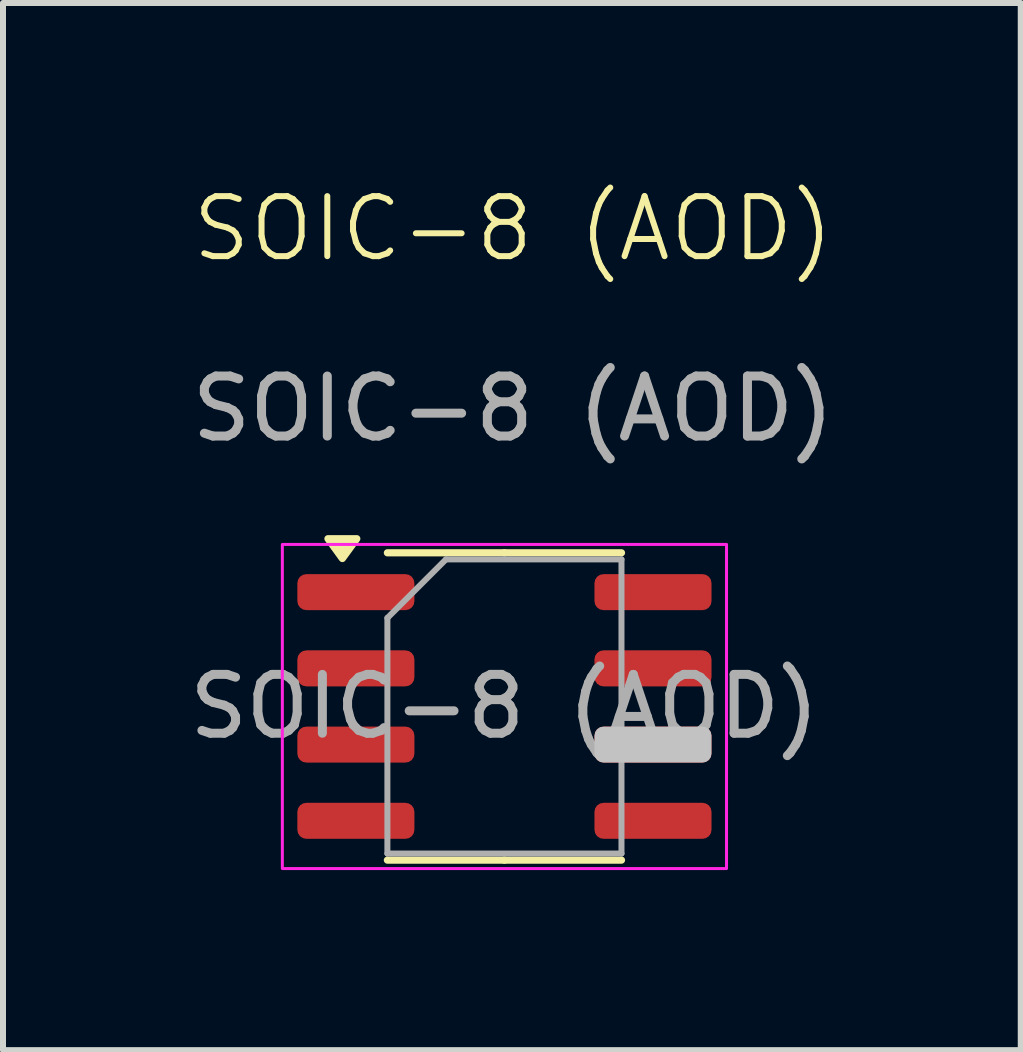
<source format=kicad_pcb>
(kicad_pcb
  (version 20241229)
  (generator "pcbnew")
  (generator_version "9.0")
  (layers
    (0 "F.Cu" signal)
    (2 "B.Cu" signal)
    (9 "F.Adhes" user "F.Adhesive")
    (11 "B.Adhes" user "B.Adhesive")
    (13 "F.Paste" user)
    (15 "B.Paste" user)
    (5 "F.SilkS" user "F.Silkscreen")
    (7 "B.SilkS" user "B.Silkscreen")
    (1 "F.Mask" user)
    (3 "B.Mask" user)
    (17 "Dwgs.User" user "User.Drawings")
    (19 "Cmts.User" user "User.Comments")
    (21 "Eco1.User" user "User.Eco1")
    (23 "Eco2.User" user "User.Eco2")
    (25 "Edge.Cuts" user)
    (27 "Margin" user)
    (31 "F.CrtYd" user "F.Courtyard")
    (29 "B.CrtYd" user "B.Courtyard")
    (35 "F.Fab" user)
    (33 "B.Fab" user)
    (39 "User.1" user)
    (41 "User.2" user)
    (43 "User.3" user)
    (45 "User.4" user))
  (footprint "SOIC-8 (AOD)"
    (layer "F.Cu")
    (at 5.498 1.26)
    (property "Reference" "SOIC-8 (AOD)" (at 0 -0.5 0) (unlocked yes) (layer "F.SilkS") (effects (font (size 1 1) (thickness 0.1))))
    (attr smd)
    (fp_line (start -0.144 4.9) (end -2.094 4.9) (stroke (width 0.12) (type solid)) (layer "F.SilkS"))
    (fp_line (start -0.144 4.9) (end 1.806 4.9) (stroke (width 0.12) (type solid)) (layer "F.SilkS"))
    (fp_line (start -0.144 10.02) (end -2.094 10.02) (stroke (width 0.12) (type solid)) (layer "F.SilkS"))
    (fp_line (start -0.144 10.02) (end 1.806 10.02) (stroke (width 0.12) (type solid)) (layer "F.SilkS"))
    (fp_poly (pts (xy -2.844 4.995) (xy -3.084 4.665) (xy -2.604 4.665)) (stroke (width 0.12) (type solid)) (fill yes) (layer "F.SilkS"))
    (fp_rect (start -3.844 4.76) (end 3.556 10.16) (stroke (width 0.05) (type solid)) (fill no) (layer "F.CrtYd"))
    (fp_line (start -2.094 5.985) (end -1.119 5.01) (stroke (width 0.1) (type solid)) (layer "F.Fab"))
    (fp_line (start -2.094 9.91) (end -2.094 5.985) (stroke (width 0.1) (type solid)) (layer "F.Fab"))
    (fp_line (start -1.119 5.01) (end 1.806 5.01) (stroke (width 0.1) (type solid)) (layer "F.Fab"))
    (fp_line (start 1.806 5.01) (end 1.806 9.91) (stroke (width 0.1) (type solid)) (layer "F.Fab"))
    (fp_line (start 1.806 9.91) (end -2.094 9.91) (stroke (width 0.1) (type solid)) (layer "F.Fab"))
    (fp_text user "${REFERENCE}" (at 0 2.5 0) (unlocked yes) (layer "F.Fab") (effects (font (size 1 1) (thickness 0.15))))
    (fp_text user "${REFERENCE}" (at -0.144 7.46 0) (layer "F.Fab") (effects (font (size 0.98 0.98) (thickness 0.15))))
    (pad "1" smd roundrect (at 2.331 5.555) (size 1.95 0.6) (layers "F.Cu" "F.Mask" "F.Paste") (roundrect_rratio 0.25))
    (pad "1" smd roundrect (at 2.331 6.825) (size 1.95 0.6) (layers "F.Cu" "F.Mask" "F.Paste") (roundrect_rratio 0.25))
    (pad "1" smd roundrect (at 2.331 8.095) (size 1.95 0.6) (layers "F.Cu" "F.Mask" "F.Paste" "Dwgs.User") (roundrect_rratio 0.25))
    (pad "1" smd roundrect (at 2.331 9.365) (size 1.95 0.6) (layers "F.Cu" "F.Mask" "F.Paste") (roundrect_rratio 0.25))
    (pad "2" smd roundrect (at -2.619 9.365) (size 1.95 0.6) (layers "F.Cu" "F.Mask" "F.Paste") (roundrect_rratio 0.25))
    (pad "3" smd roundrect (at -2.619 5.555) (size 1.95 0.6) (layers "F.Cu" "F.Mask" "F.Paste") (roundrect_rratio 0.25))
    (pad "3" smd roundrect (at -2.619 6.825) (size 1.95 0.6) (layers "F.Cu" "F.Mask" "F.Paste") (roundrect_rratio 0.25))
    (pad "3" smd roundrect (at -2.619 8.095) (size 1.95 0.6) (layers "F.Cu" "F.Mask" "F.Paste") (roundrect_rratio 0.25)))
  (gr_rect
    (start -3 -3)
    (end 13.956 14.445)
    (stroke (width 0.1) (type default))
    (fill no)
    (layer "Edge.Cuts")))
</source>
